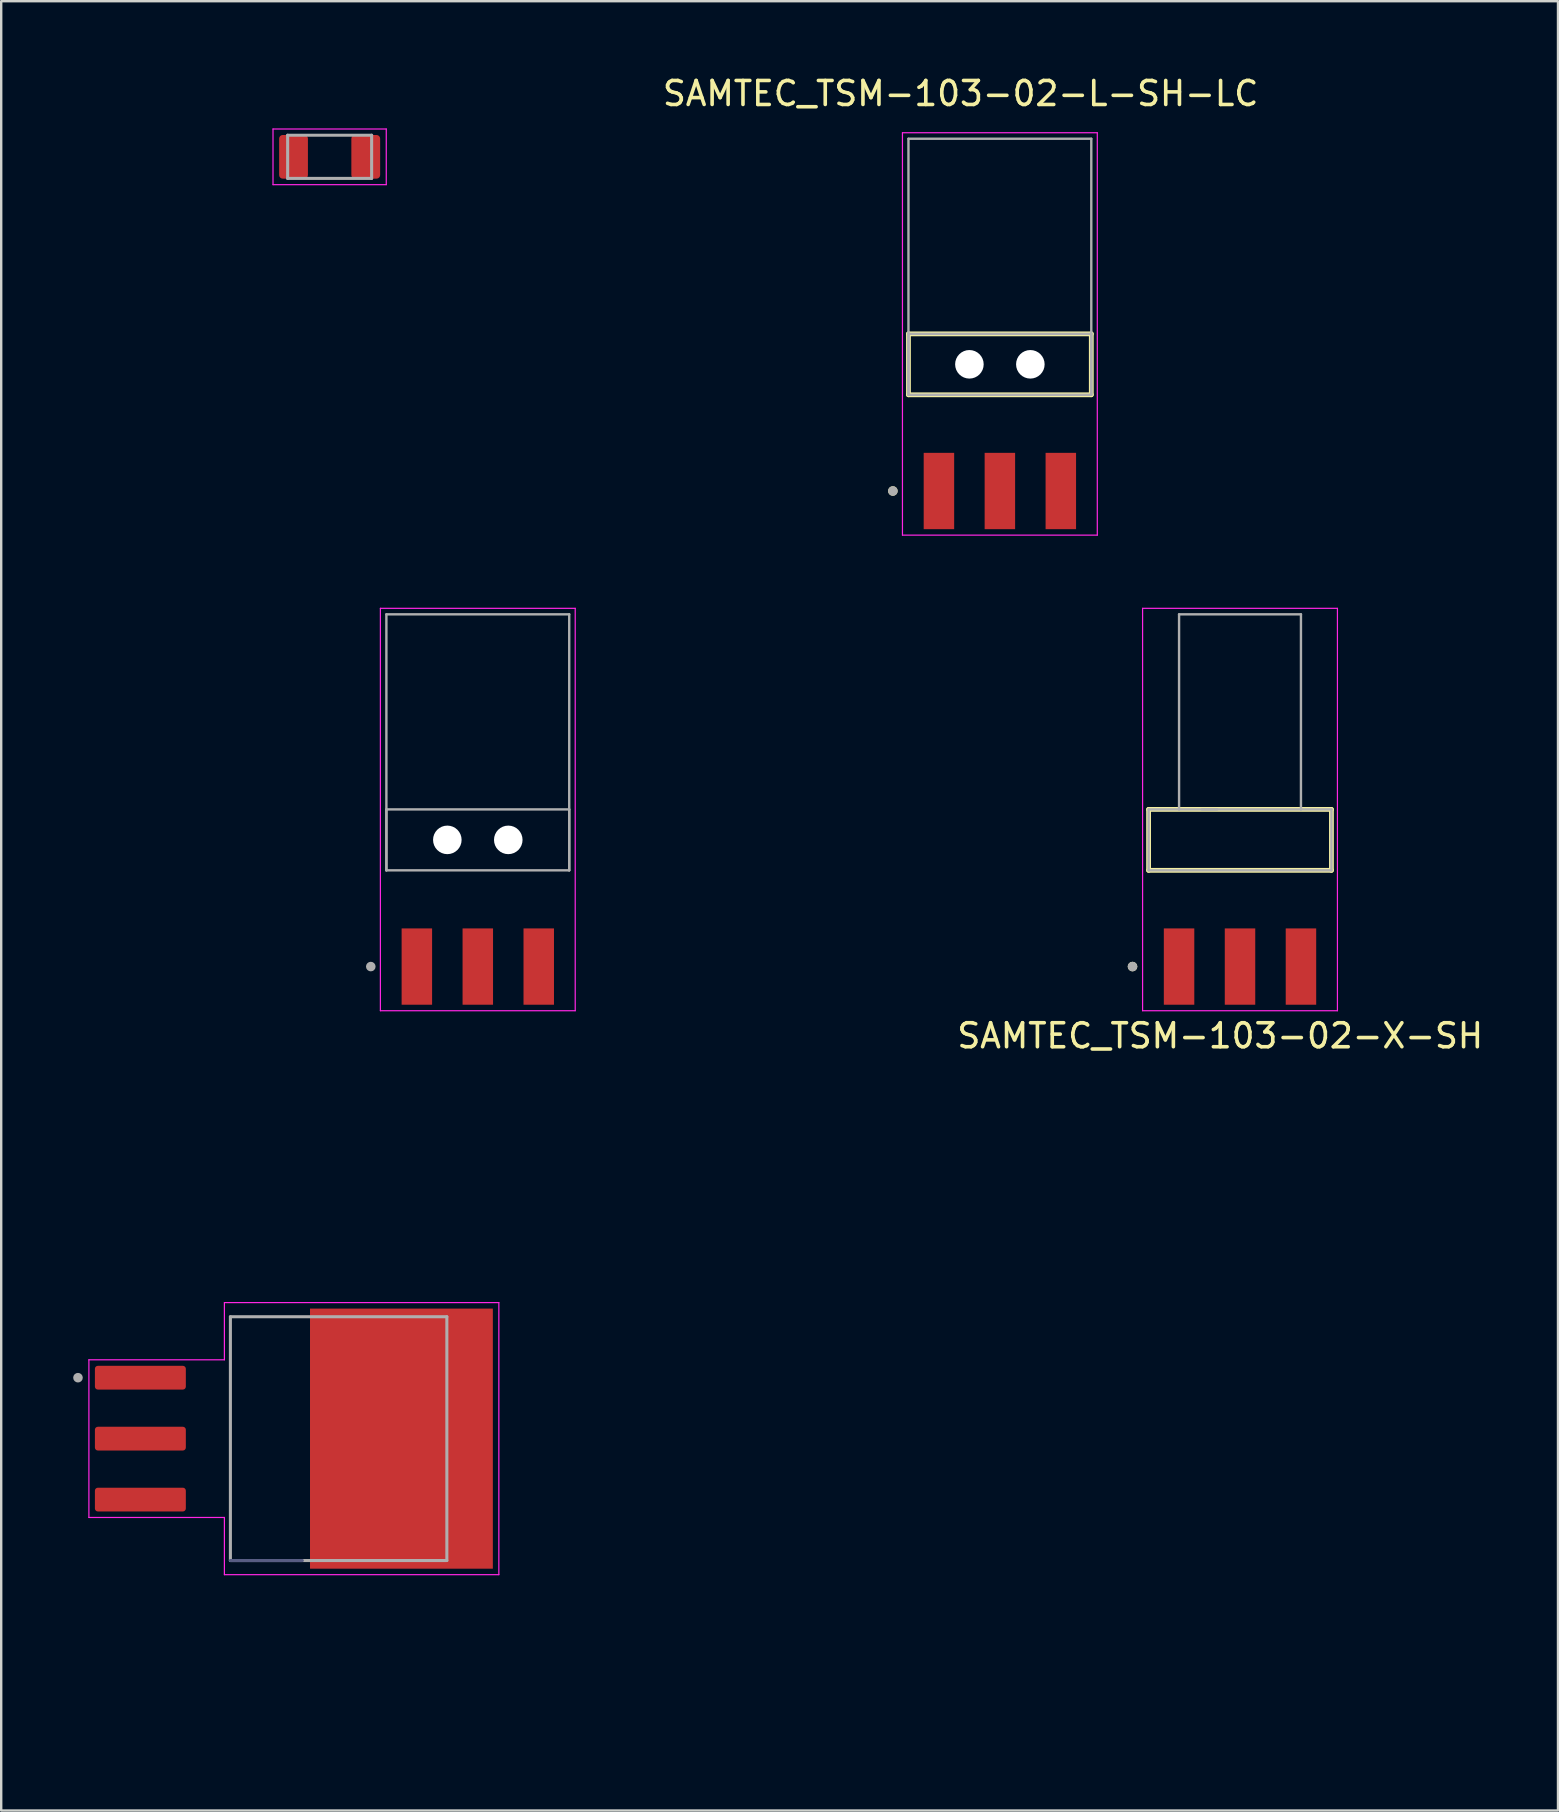
<source format=kicad_pcb>
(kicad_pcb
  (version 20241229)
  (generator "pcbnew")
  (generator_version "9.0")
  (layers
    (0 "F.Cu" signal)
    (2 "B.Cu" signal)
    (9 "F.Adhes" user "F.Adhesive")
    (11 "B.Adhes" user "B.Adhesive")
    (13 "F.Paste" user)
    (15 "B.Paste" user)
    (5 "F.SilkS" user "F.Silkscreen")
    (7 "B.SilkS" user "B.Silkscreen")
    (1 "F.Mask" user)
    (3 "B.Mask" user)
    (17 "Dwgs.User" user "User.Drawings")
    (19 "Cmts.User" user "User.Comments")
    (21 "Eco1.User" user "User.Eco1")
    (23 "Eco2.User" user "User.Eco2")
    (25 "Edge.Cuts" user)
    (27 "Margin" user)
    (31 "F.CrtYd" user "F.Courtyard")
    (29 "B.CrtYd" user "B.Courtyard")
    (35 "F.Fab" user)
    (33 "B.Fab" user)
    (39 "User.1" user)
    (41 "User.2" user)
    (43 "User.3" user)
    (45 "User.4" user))
  (footprint "SAMTEC_TSM-103-02-L-SH-LC"
    (layer "F.Cu")
    (at 38.621 12.133)
    (property "Reference" "SAMTEC_TSM-103-02-L-SH-LC" (at -1.635 -11.285 0) (layer "F.SilkS") (effects (font (size 1 1) (thickness 0.15))))
    (attr smd)
    (fp_line (start -3.81 1.27) (end -3.81 -1.27) (stroke (width 0.2) (type solid)) (layer "F.SilkS"))
    (fp_line (start 3.81 -1.27) (end -3.81 -1.27) (stroke (width 0.2) (type solid)) (layer "F.SilkS"))
    (fp_line (start 3.81 -1.27) (end 3.81 1.27) (stroke (width 0.2) (type solid)) (layer "F.SilkS"))
    (fp_line (start 3.81 1.27) (end -3.81 1.27) (stroke (width 0.2) (type solid)) (layer "F.SilkS"))
    (fp_circle (center -4.46 5.28) (end -4.36 5.28) (stroke (width 0.2) (type solid)) (fill no) (layer "F.SilkS"))
    (fp_line (start -4.06 -9.65) (end 4.06 -9.65) (stroke (width 0.05) (type solid)) (layer "F.CrtYd"))
    (fp_line (start -4.06 7.12) (end -4.06 -9.65) (stroke (width 0.05) (type solid)) (layer "F.CrtYd"))
    (fp_line (start 4.06 -9.65) (end 4.06 7.12) (stroke (width 0.05) (type solid)) (layer "F.CrtYd"))
    (fp_line (start 4.06 7.12) (end -4.06 7.12) (stroke (width 0.05) (type solid)) (layer "F.CrtYd"))
    (fp_line (start -3.81 -9.4) (end 3.81 -9.4) (stroke (width 0.1) (type solid)) (layer "F.Fab"))
    (fp_line (start -3.81 -1.27) (end 3.81 -1.27) (stroke (width 0.1) (type solid)) (layer "F.Fab"))
    (fp_line (start -3.81 1.27) (end -3.81 -9.4) (stroke (width 0.1) (type solid)) (layer "F.Fab"))
    (fp_line (start -3.81 1.27) (end -3.81 -1.27) (stroke (width 0.1) (type solid)) (layer "F.Fab"))
    (fp_line (start 3.81 -9.4) (end 3.81 1.27) (stroke (width 0.1) (type solid)) (layer "F.Fab"))
    (fp_line (start 3.81 -1.27) (end 3.81 1.27) (stroke (width 0.1) (type solid)) (layer "F.Fab"))
    (fp_line (start 3.81 1.27) (end -3.81 1.27) (stroke (width 0.1) (type solid)) (layer "F.Fab"))
    (fp_circle (center -4.46 5.28) (end -4.36 5.28) (stroke (width 0.2) (type solid)) (fill no) (layer "F.Fab"))
    (pad "" np_thru_hole circle (at -1.27 0) (size 1.19 1.19) (drill 1.19) (layers "*.Cu" "*.Mask"))
    (pad "" np_thru_hole circle (at 1.27 0) (size 1.19 1.19) (drill 1.19) (layers "*.Cu" "*.Mask"))
    (pad "01" smd rect (at -2.54 5.28) (size 1.27 3.18) (layers "F.Cu" "F.Mask" "F.Paste"))
    (pad "02" smd rect (at 0 5.28) (size 1.27 3.18) (layers "F.Cu" "F.Mask" "F.Paste"))
    (pad "03" smd rect (at 2.54 5.28) (size 1.27 3.18) (layers "F.Cu" "F.Mask" "F.Paste")))
  (footprint "TO254P1524X483-4N_SS-User.1"
    (layer "F.Cu")
    (at 9.2 56.907)
    (property "Reference" "TO254P1524X483-4N_SS-User.1" (at 9.49 -0.22 90) (layer "User.1") (effects (font (size 1 1) (thickness 0.15))))
    (attr smd)
    (fp_poly (pts (xy 1.215 -5.13) (xy 2.665 -5.13) (xy 2.665 -3.87) (xy 1.215 -3.87)) (stroke (width 0.01) (type solid)) (fill yes) (layer "F.Paste"))
    (fp_poly (pts (xy 1.215 -3.33) (xy 2.665 -3.33) (xy 2.665 -2.07) (xy 1.215 -2.07)) (stroke (width 0.01) (type solid)) (fill yes) (layer "F.Paste"))
    (fp_poly (pts (xy 1.215 -1.53) (xy 2.665 -1.53) (xy 2.665 -0.27) (xy 1.215 -0.27)) (stroke (width 0.01) (type solid)) (fill yes) (layer "F.Paste"))
    (fp_poly (pts (xy 1.215 0.27) (xy 2.665 0.27) (xy 2.665 1.53) (xy 1.215 1.53)) (stroke (width 0.01) (type solid)) (fill yes) (layer "F.Paste"))
    (fp_poly (pts (xy 1.215 2.07) (xy 2.665 2.07) (xy 2.665 3.33) (xy 1.215 3.33)) (stroke (width 0.01) (type solid)) (fill yes) (layer "F.Paste"))
    (fp_poly (pts (xy 1.215 3.87) (xy 2.665 3.87) (xy 2.665 5.13) (xy 1.215 5.13)) (stroke (width 0.01) (type solid)) (fill yes) (layer "F.Paste"))
    (fp_poly (pts (xy 3.755 -5.13) (xy 5.205 -5.13) (xy 5.205 -3.87) (xy 3.755 -3.87)) (stroke (width 0.01) (type solid)) (fill yes) (layer "F.Paste"))
    (fp_poly (pts (xy 3.755 -3.33) (xy 5.205 -3.33) (xy 5.205 -2.07) (xy 3.755 -2.07)) (stroke (width 0.01) (type solid)) (fill yes) (layer "F.Paste"))
    (fp_poly (pts (xy 3.755 -1.53) (xy 5.205 -1.53) (xy 5.205 -0.27) (xy 3.755 -0.27)) (stroke (width 0.01) (type solid)) (fill yes) (layer "F.Paste"))
    (fp_poly (pts (xy 3.755 0.27) (xy 5.205 0.27) (xy 5.205 1.53) (xy 3.755 1.53)) (stroke (width 0.01) (type solid)) (fill yes) (layer "F.Paste"))
    (fp_poly (pts (xy 3.755 2.07) (xy 5.205 2.07) (xy 5.205 3.33) (xy 3.755 3.33)) (stroke (width 0.01) (type solid)) (fill yes) (layer "F.Paste"))
    (fp_poly (pts (xy 3.755 3.87) (xy 5.205 3.87) (xy 5.205 5.13) (xy 3.755 5.13)) (stroke (width 0.01) (type solid)) (fill yes) (layer "F.Paste"))
    (fp_poly (pts (xy 6.295 -5.13) (xy 7.745 -5.13) (xy 7.745 -3.87) (xy 6.295 -3.87)) (stroke (width 0.01) (type solid)) (fill yes) (layer "F.Paste"))
    (fp_poly (pts (xy 6.295 -3.33) (xy 7.745 -3.33) (xy 7.745 -2.07) (xy 6.295 -2.07)) (stroke (width 0.01) (type solid)) (fill yes) (layer "F.Paste"))
    (fp_poly (pts (xy 6.295 -1.53) (xy 7.745 -1.53) (xy 7.745 -0.27) (xy 6.295 -0.27)) (stroke (width 0.01) (type solid)) (fill yes) (layer "F.Paste"))
    (fp_poly (pts (xy 6.295 0.27) (xy 7.745 0.27) (xy 7.745 1.53) (xy 6.295 1.53)) (stroke (width 0.01) (type solid)) (fill yes) (layer "F.Paste"))
    (fp_poly (pts (xy 6.295 2.07) (xy 7.745 2.07) (xy 7.745 3.33) (xy 6.295 3.33)) (stroke (width 0.01) (type solid)) (fill yes) (layer "F.Paste"))
    (fp_poly (pts (xy 6.295 3.87) (xy 7.745 3.87) (xy 7.745 5.13) (xy 6.295 5.13)) (stroke (width 0.01) (type solid)) (fill yes) (layer "F.Paste"))
    (fp_line (start -8.545 -3.285) (end -8.545 3.285) (stroke (width 0.05) (type solid)) (layer "F.CrtYd"))
    (fp_line (start -8.545 3.285) (end -2.898 3.285) (stroke (width 0.05) (type solid)) (layer "F.CrtYd"))
    (fp_line (start -2.898 -5.67) (end -2.898 -3.285) (stroke (width 0.05) (type solid)) (layer "F.CrtYd"))
    (fp_line (start -2.898 -3.285) (end -8.545 -3.285) (stroke (width 0.05) (type solid)) (layer "F.CrtYd"))
    (fp_line (start -2.898 3.285) (end -2.898 5.67) (stroke (width 0.05) (type solid)) (layer "F.CrtYd"))
    (fp_line (start -2.898 5.67) (end 8.54 5.67) (stroke (width 0.05) (type solid)) (layer "F.CrtYd"))
    (fp_line (start 8.54 -5.67) (end -2.898 -5.67) (stroke (width 0.05) (type solid)) (layer "F.CrtYd"))
    (fp_line (start 8.54 5.67) (end 8.54 -5.67) (stroke (width 0.05) (type solid)) (layer "F.CrtYd"))
    (fp_line (start -2.648 5.08) (end 0.35 5.08) (stroke (width 0.127) (type solid)) (layer "B.Fab"))
    (fp_line (start -2.648 -5.08) (end 6.373 -5.08) (stroke (width 0.127) (type solid)) (layer "F.Fab"))
    (fp_line (start -2.648 5.08) (end -2.648 -5.08) (stroke (width 0.127) (type solid)) (layer "F.Fab"))
    (fp_line (start 6.373 -5.08) (end 6.373 5.08) (stroke (width 0.127) (type solid)) (layer "F.Fab"))
    (fp_line (start 6.373 5.08) (end -2.648 5.08) (stroke (width 0.127) (type solid)) (layer "F.Fab"))
    (fp_circle (center -9 -2.54) (end -8.9 -2.54) (stroke (width 0.2) (type solid)) (fill no) (layer "F.Fab"))
    (fp_line (start -2.648 -5.08) (end -2.648 5.08) (stroke (width 0.127) (type solid)) (layer "User.1"))
    (fp_line (start 0.35 -5.08) (end -2.648 -5.08) (stroke (width 0.127) (type solid)) (layer "User.1"))
    (fp_circle (center -9 -2.54) (end -8.9 -2.54) (stroke (width 0.2) (type solid)) (fill no) (layer "User.1"))
    (pad "1" smd roundrect (at -6.4 -2.54) (size 3.79 0.99) (layers "F.Cu" "F.Mask" "F.Paste") (roundrect_rratio 0.125))
    (pad "2" smd roundrect (at -6.4 0) (size 3.79 0.99) (layers "F.Cu" "F.Mask" "F.Paste") (roundrect_rratio 0.125))
    (pad "3" smd roundrect (at -6.4 2.54) (size 3.79 0.99) (layers "F.Cu" "F.Mask" "F.Paste") (roundrect_rratio 0.125))
    (pad "4" smd rect (at 4.48 0) (size 7.62 10.84) (layers "F.Cu" "F.Mask")))
  (footprint "SAMTEC_TSM-103-02-L-SH-LC_SS-User.1"
    (layer "F.Cu")
    (at 16.863 31.953)
    (property "Reference" "SAMTEC_TSM-103-02-L-SH-LC_SS-User.1" (at 0 -2.81 180) (layer "User.1") (effects (font (size 1 1) (thickness 0.15))))
    (attr smd)
    (fp_line (start -4.06 -9.65) (end 4.06 -9.65) (stroke (width 0.05) (type solid)) (layer "F.CrtYd"))
    (fp_line (start -4.06 7.12) (end -4.06 -9.65) (stroke (width 0.05) (type solid)) (layer "F.CrtYd"))
    (fp_line (start 4.06 -9.65) (end 4.06 7.12) (stroke (width 0.05) (type solid)) (layer "F.CrtYd"))
    (fp_line (start 4.06 7.12) (end -4.06 7.12) (stroke (width 0.05) (type solid)) (layer "F.CrtYd"))
    (fp_line (start -3.81 -9.4) (end 3.81 -9.4) (stroke (width 0.1) (type solid)) (layer "F.Fab"))
    (fp_line (start -3.81 -1.27) (end 3.81 -1.27) (stroke (width 0.1) (type solid)) (layer "F.Fab"))
    (fp_line (start -3.81 1.27) (end -3.81 -9.4) (stroke (width 0.1) (type solid)) (layer "F.Fab"))
    (fp_line (start -3.81 1.27) (end -3.81 -1.27) (stroke (width 0.1) (type solid)) (layer "F.Fab"))
    (fp_line (start 3.81 -9.4) (end 3.81 1.27) (stroke (width 0.1) (type solid)) (layer "F.Fab"))
    (fp_line (start 3.81 -1.27) (end 3.81 1.27) (stroke (width 0.1) (type solid)) (layer "F.Fab"))
    (fp_line (start 3.81 1.27) (end -3.81 1.27) (stroke (width 0.1) (type solid)) (layer "F.Fab"))
    (fp_circle (center -4.46 5.28) (end -4.36 5.28) (stroke (width 0.2) (type solid)) (fill no) (layer "F.Fab"))
    (fp_line (start -3.81 1.27) (end -3.81 -1.27) (stroke (width 0.2) (type solid)) (layer "User.1"))
    (fp_line (start 3.81 -1.27) (end -3.81 -1.27) (stroke (width 0.2) (type solid)) (layer "User.1"))
    (fp_line (start 3.81 -1.27) (end 3.81 1.27) (stroke (width 0.2) (type solid)) (layer "User.1"))
    (fp_line (start 3.81 1.27) (end -3.81 1.27) (stroke (width 0.2) (type solid)) (layer "User.1"))
    (fp_circle (center -4.46 5.28) (end -4.36 5.28) (stroke (width 0.2) (type solid)) (fill no) (layer "User.1"))
    (pad "" np_thru_hole circle (at -1.27 0) (size 1.19 1.19) (drill 1.19) (layers "*.Cu" "*.Mask"))
    (pad "" np_thru_hole circle (at 1.27 0) (size 1.19 1.19) (drill 1.19) (layers "*.Cu" "*.Mask"))
    (pad "01" smd rect (at -2.54 5.28) (size 1.27 3.18) (layers "F.Cu" "F.Mask" "F.Paste"))
    (pad "02" smd rect (at 0 5.28) (size 1.27 3.18) (layers "F.Cu" "F.Mask" "F.Paste"))
    (pad "03" smd rect (at 2.54 5.28) (size 1.27 3.18) (layers "F.Cu" "F.Mask" "F.Paste")))
  (footprint "SAMTEC_TSM-103-02-X-SH"
    (layer "F.Cu")
    (at 48.629 31.953)
    (property "Reference" "SAMTEC_TSM-103-02-X-SH" (at -0.825 8.165 0) (layer "F.SilkS") (effects (font (size 1 1) (thickness 0.15))))
    (attr smd)
    (fp_line (start -3.81 -1.27) (end -3.81 1.27) (stroke (width 0.2) (type solid)) (layer "F.SilkS"))
    (fp_line (start -3.81 1.27) (end 3.81 1.27) (stroke (width 0.2) (type solid)) (layer "F.SilkS"))
    (fp_line (start 3.81 -1.27) (end -3.81 -1.27) (stroke (width 0.2) (type solid)) (layer "F.SilkS"))
    (fp_line (start 3.81 1.27) (end 3.81 -1.27) (stroke (width 0.2) (type solid)) (layer "F.SilkS"))
    (fp_circle (center -4.48 5.28) (end -4.38 5.28) (stroke (width 0.2) (type solid)) (fill no) (layer "F.SilkS"))
    (fp_line (start -4.06 -9.65) (end -4.06 7.12) (stroke (width 0.05) (type solid)) (layer "F.CrtYd"))
    (fp_line (start -4.06 7.12) (end 4.06 7.12) (stroke (width 0.05) (type solid)) (layer "F.CrtYd"))
    (fp_line (start 4.06 -9.65) (end -4.06 -9.65) (stroke (width 0.05) (type solid)) (layer "F.CrtYd"))
    (fp_line (start 4.06 7.12) (end 4.06 -9.65) (stroke (width 0.05) (type solid)) (layer "F.CrtYd"))
    (fp_line (start -3.81 -1.27) (end -2.54 -1.27) (stroke (width 0.1) (type solid)) (layer "F.Fab"))
    (fp_line (start -3.81 1.27) (end -3.81 -1.27) (stroke (width 0.1) (type solid)) (layer "F.Fab"))
    (fp_line (start -3.81 1.27) (end 3.81 1.27) (stroke (width 0.1) (type solid)) (layer "F.Fab"))
    (fp_line (start -2.54 -9.4) (end 2.54 -9.4) (stroke (width 0.1) (type solid)) (layer "F.Fab"))
    (fp_line (start -2.54 -1.27) (end -2.54 -9.4) (stroke (width 0.1) (type solid)) (layer "F.Fab"))
    (fp_line (start -2.54 -1.27) (end 2.54 -1.27) (stroke (width 0.1) (type solid)) (layer "F.Fab"))
    (fp_line (start -1.588 -1.27) (end -0.952 -1.27) (stroke (width 0.1) (type solid)) (layer "F.Fab"))
    (fp_line (start 2.54 -1.27) (end 2.54 -9.4) (stroke (width 0.1) (type solid)) (layer "F.Fab"))
    (fp_line (start 2.54 -1.27) (end 3.81 -1.27) (stroke (width 0.1) (type solid)) (layer "F.Fab"))
    (fp_line (start 3.81 -1.27) (end 3.81 1.27) (stroke (width 0.1) (type solid)) (layer "F.Fab"))
    (fp_circle (center -4.48 5.28) (end -4.38 5.28) (stroke (width 0.2) (type solid)) (fill no) (layer "F.Fab"))
    (pad "01" smd rect (at -2.54 5.28) (size 1.27 3.18) (layers "F.Cu" "F.Mask" "F.Paste"))
    (pad "02" smd rect (at 0 5.28) (size 1.27 3.18) (layers "F.Cu" "F.Mask" "F.Paste"))
    (pad "03" smd rect (at 2.54 5.28) (size 1.27 3.18) (layers "F.Cu" "F.Mask" "F.Paste")))
  (footprint "RESC3216X125N_SS-User.1"
    (layer "F.Cu")
    (at 10.688 3.486)
    (property "Reference" "RESC3216X125N_SS-User.1" (at 0.04 -2.637 0) (layer "User.1") (effects (font (size 1.001 1.001) (thickness 0.15))))
    (attr smd)
    (fp_line (start -2.36 -1.16) (end 2.36 -1.16) (stroke (width 0.05) (type solid)) (layer "F.CrtYd"))
    (fp_line (start -2.36 1.16) (end -2.36 -1.16) (stroke (width 0.05) (type solid)) (layer "F.CrtYd"))
    (fp_line (start 2.36 -1.16) (end 2.36 1.16) (stroke (width 0.05) (type solid)) (layer "F.CrtYd"))
    (fp_line (start 2.36 1.16) (end -2.36 1.16) (stroke (width 0.05) (type solid)) (layer "F.CrtYd"))
    (fp_line (start -1.75 -0.9) (end 1.75 -0.9) (stroke (width 0.127) (type solid)) (layer "F.Fab"))
    (fp_line (start -1.75 0.9) (end -1.75 -0.9) (stroke (width 0.127) (type solid)) (layer "F.Fab"))
    (fp_line (start 1.75 -0.9) (end 1.75 0.9) (stroke (width 0.127) (type solid)) (layer "F.Fab"))
    (fp_line (start 1.75 0.9) (end -1.75 0.9) (stroke (width 0.127) (type solid)) (layer "F.Fab"))
    (fp_line (start -1.63 -1.09) (end 1.63 -1.09) (stroke (width 0.127) (type solid)) (layer "User.1"))
    (fp_line (start -1.63 1.09) (end 1.63 1.09) (stroke (width 0.127) (type solid)) (layer "User.1"))
    (fp_circle (center -1.56 -1.42) (end -1.53 -1.47) (stroke (width 0.1) (type solid)) (fill no) (layer "User.1"))
    (pad "1" smd roundrect (at -1.505 0) (size 1.2 1.82) (layers "F.Cu" "F.Mask" "F.Paste") (roundrect_rratio 0.125))
    (pad "2" smd roundrect (at 1.505 0) (size 1.2 1.82) (layers "F.Cu" "F.Mask" "F.Paste") (roundrect_rratio 0.125)))
  (gr_rect
    (start -3 -3)
    (end 61.881 72.407)
    (stroke (width 0.1) (type default))
    (fill no)
    (layer "Edge.Cuts")))
</source>
